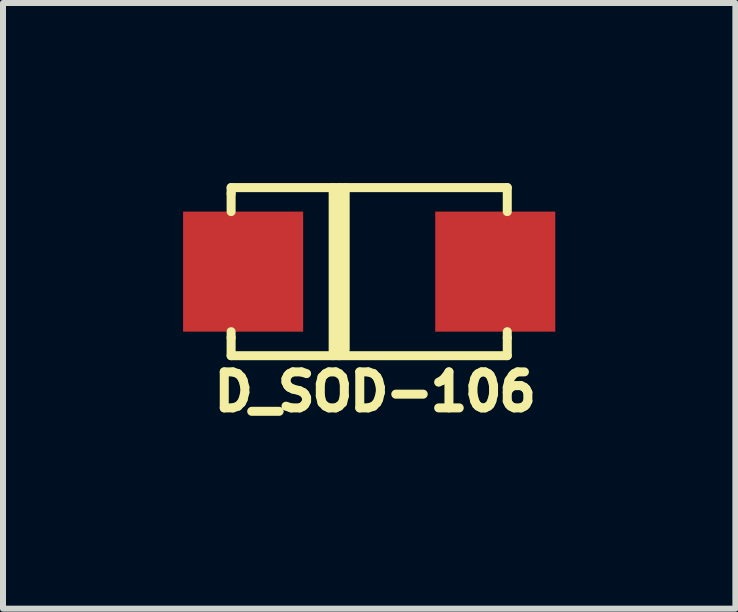
<source format=kicad_pcb>
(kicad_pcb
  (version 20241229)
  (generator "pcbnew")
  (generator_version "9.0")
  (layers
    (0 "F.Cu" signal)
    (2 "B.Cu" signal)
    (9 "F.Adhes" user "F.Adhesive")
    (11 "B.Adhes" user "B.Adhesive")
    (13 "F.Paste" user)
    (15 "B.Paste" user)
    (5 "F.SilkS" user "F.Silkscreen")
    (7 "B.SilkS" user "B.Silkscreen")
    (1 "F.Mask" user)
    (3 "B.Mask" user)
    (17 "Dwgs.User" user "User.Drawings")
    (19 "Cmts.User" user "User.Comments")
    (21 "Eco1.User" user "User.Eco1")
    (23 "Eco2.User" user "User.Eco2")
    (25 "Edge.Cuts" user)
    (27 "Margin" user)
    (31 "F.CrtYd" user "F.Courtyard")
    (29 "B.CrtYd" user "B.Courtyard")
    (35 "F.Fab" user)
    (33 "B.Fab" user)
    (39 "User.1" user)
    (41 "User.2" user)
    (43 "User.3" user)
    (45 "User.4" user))
  (footprint "D_SOD-106"
    (layer "F.Cu")
    (at 3.1 1.475)
    (property "Reference" "D_SOD-106" (at 0.1 2 0) (layer "F.SilkS") (effects (font (size 0.6 0.6) (thickness 0.15))))
    (attr through_hole)
    (fp_line (start -2.3 -1.4) (end 2.3 -1.4) (stroke (width 0.15) (type solid)) (layer "F.SilkS"))
    (fp_line (start -2.3 -1.3) (end -2.3 -1.4) (stroke (width 0.15) (type solid)) (layer "F.SilkS"))
    (fp_line (start -2.3 -1) (end -2.3 -1.3) (stroke (width 0.15) (type solid)) (layer "F.SilkS"))
    (fp_line (start -2.3 1.1) (end -2.3 1) (stroke (width 0.15) (type solid)) (layer "F.SilkS"))
    (fp_line (start -2.3 1.4) (end -2.3 1.1) (stroke (width 0.15) (type solid)) (layer "F.SilkS"))
    (fp_line (start -0.6 1.4) (end -0.6 -1.4) (stroke (width 0.15) (type solid)) (layer "F.SilkS"))
    (fp_line (start -0.5 -1.4) (end -0.5 1.4) (stroke (width 0.15) (type solid)) (layer "F.SilkS"))
    (fp_line (start -0.4 -1.4) (end -0.4 1.3) (stroke (width 0.15) (type solid)) (layer "F.SilkS"))
    (fp_line (start 2.3 -1.4) (end 2.3 -1) (stroke (width 0.15) (type solid)) (layer "F.SilkS"))
    (fp_line (start 2.3 1.1) (end 2.3 1) (stroke (width 0.15) (type solid)) (layer "F.SilkS"))
    (fp_line (start 2.3 1.1) (end 2.3 1.4) (stroke (width 0.15) (type solid)) (layer "F.SilkS"))
    (fp_line (start 2.3 1.4) (end -2.3 1.4) (stroke (width 0.15) (type solid)) (layer "F.SilkS"))
    (pad "1" smd rect (at 2.1 0) (size 2 2) (layers "F.Cu" "F.Mask" "F.Paste"))
    (pad "2" smd rect (at -2.1 0) (size 2 2) (layers "F.Cu" "F.Mask" "F.Paste")))
  (gr_rect
    (start -3 -3)
    (end 9.2 7.089)
    (stroke (width 0.1) (type default))
    (fill no)
    (layer "Edge.Cuts")))
</source>
